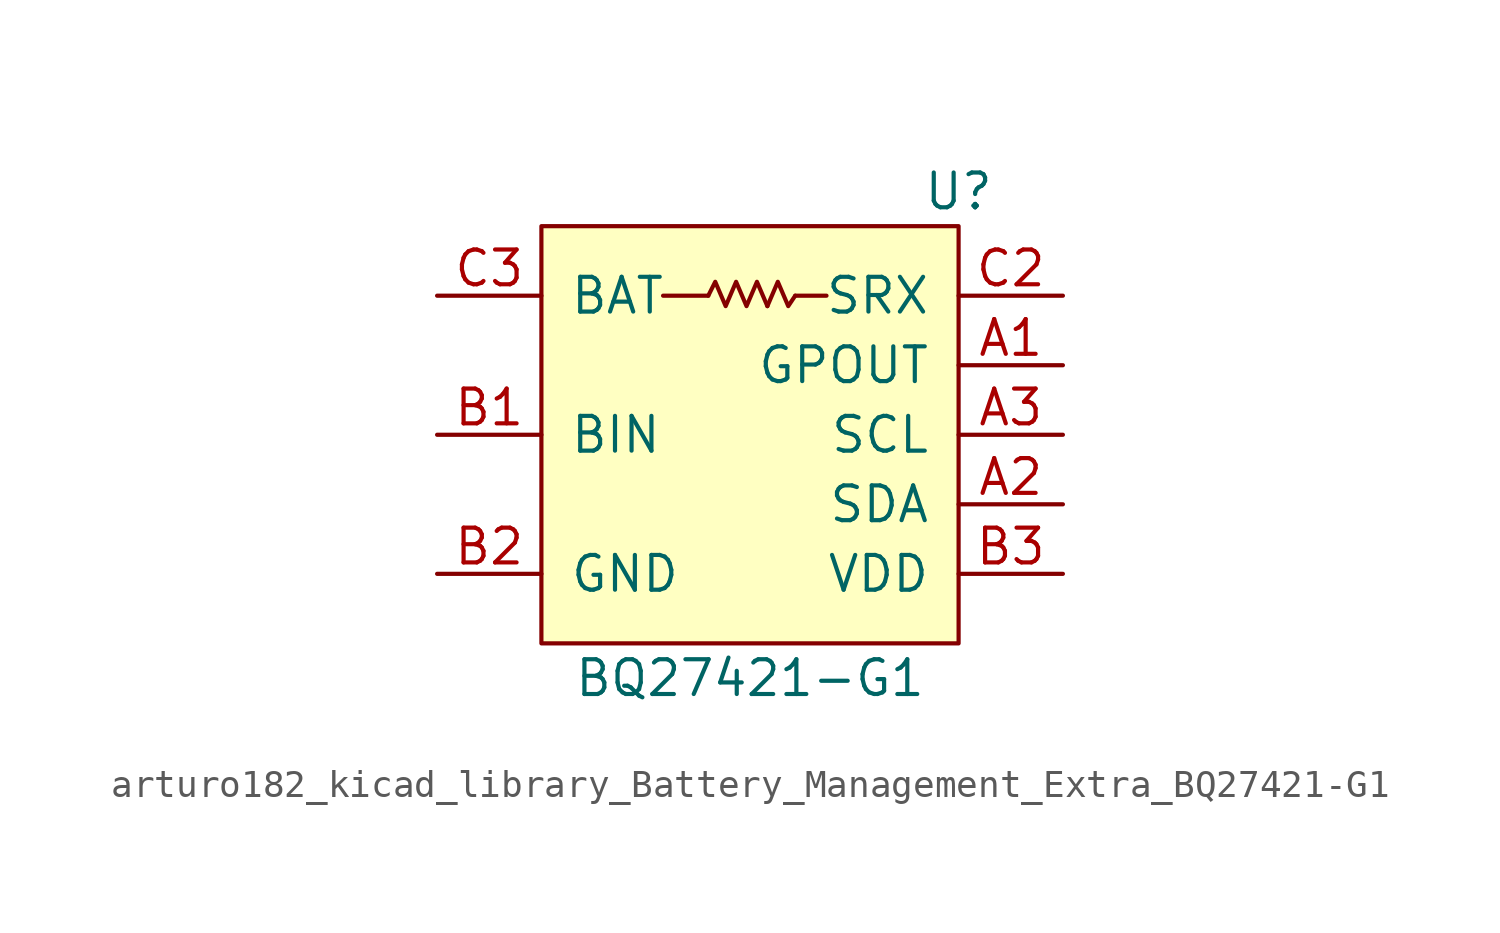
<source format=kicad_sym>
(kicad_symbol_lib
  (version 20220914)
  (generator kicad_symbol_editor)
  (symbol "arturo182_kicad_library_Battery_Management_Extra_BQ27421-G1"
    (pin_names
      (offset 1.016))
    (property "Reference" "U"
      (at 7.62 8.89 0)
      (effects (font (size 1.27 1.27))))
    (property "Value" "BQ27421-G1"
      (at 0 -8.89 0)
      (effects (font (size 1.27 1.27))))
    (symbol "arturo182_kicad_library_Battery_Management_Extra_BQ27421-G1_0_1"
      (rectangle (start -7.62 7.62) (end 7.62 -7.62) (stroke (width 0) (type default) (color 0 0 0 0)) (fill (type background)))
      (polyline (pts (xy -1.524 5.08) (xy -3.175 5.08)) (stroke (width 0) (type default) (color 0 0 0 0)) (fill (type none)))
      (polyline (pts (xy 1.651 5.08) (xy 2.794 5.08)) (stroke (width 0) (type default) (color 0 0 0 0)) (fill (type none)))
      (polyline (pts (xy 0.635 4.699) (xy 1.016 5.588) (xy 1.397 4.699) (xy 1.651 5.08)) (stroke (width 0) (type default) (color 0 0 0 0)) (fill (type none)))
      (polyline (pts (xy -1.524 5.08) (xy -1.27 5.588) (xy -0.889 4.699) (xy -0.508 5.588) (xy -0.127 4.699) (xy 0.254 5.588) (xy 0.635 4.699)) (stroke (width 0) (type default) (color 0 0 0 0)) (fill (type none))))
    (symbol "arturo182_kicad_library_Battery_Management_Extra_BQ27421-G1_1_1"
      (pin output line (at 11.43 2.54 180) (length 3.81) (name "GPOUT" (effects (font (size 1.27 1.27)))) (number "A1" (effects (font (size 1.27 1.27)))))
      (pin bidirectional line (at 11.43 -2.54 180) (length 3.81) (name "SDA" (effects (font (size 1.27 1.27)))) (number "A2" (effects (font (size 1.27 1.27)))))
      (pin input line (at 11.43 0 180) (length 3.81) (name "SCL" (effects (font (size 1.27 1.27)))) (number "A3" (effects (font (size 1.27 1.27)))))
      (pin input line (at -11.43 0 0) (length 3.81) (name "BIN" (effects (font (size 1.27 1.27)))) (number "B1" (effects (font (size 1.27 1.27)))))
      (pin power_out line (at -11.43 -5.08 0) (length 3.81) (name "GND" (effects (font (size 1.27 1.27)))) (number "B2" (effects (font (size 1.27 1.27)))))
      (pin power_out line (at 11.43 -5.08 180) (length 3.81) (name "VDD" (effects (font (size 1.27 1.27)))) (number "B3" (effects (font (size 1.27 1.27)))))
      (pin passive line (at -11.43 -5.08 0) (length 3.81) hide (name "GND" (effects (font (size 1.27 1.27)))) (number "C1" (effects (font (size 1.27 1.27)))))
      (pin power_out line (at 11.43 5.08 180) (length 3.81) (name "SRX" (effects (font (size 1.27 1.27)))) (number "C2" (effects (font (size 1.27 1.27)))))
      (pin power_in line (at -11.43 5.08 0) (length 3.81) (name "BAT" (effects (font (size 1.27 1.27)))) (number "C3" (effects (font (size 1.27 1.27))))))))
</source>
